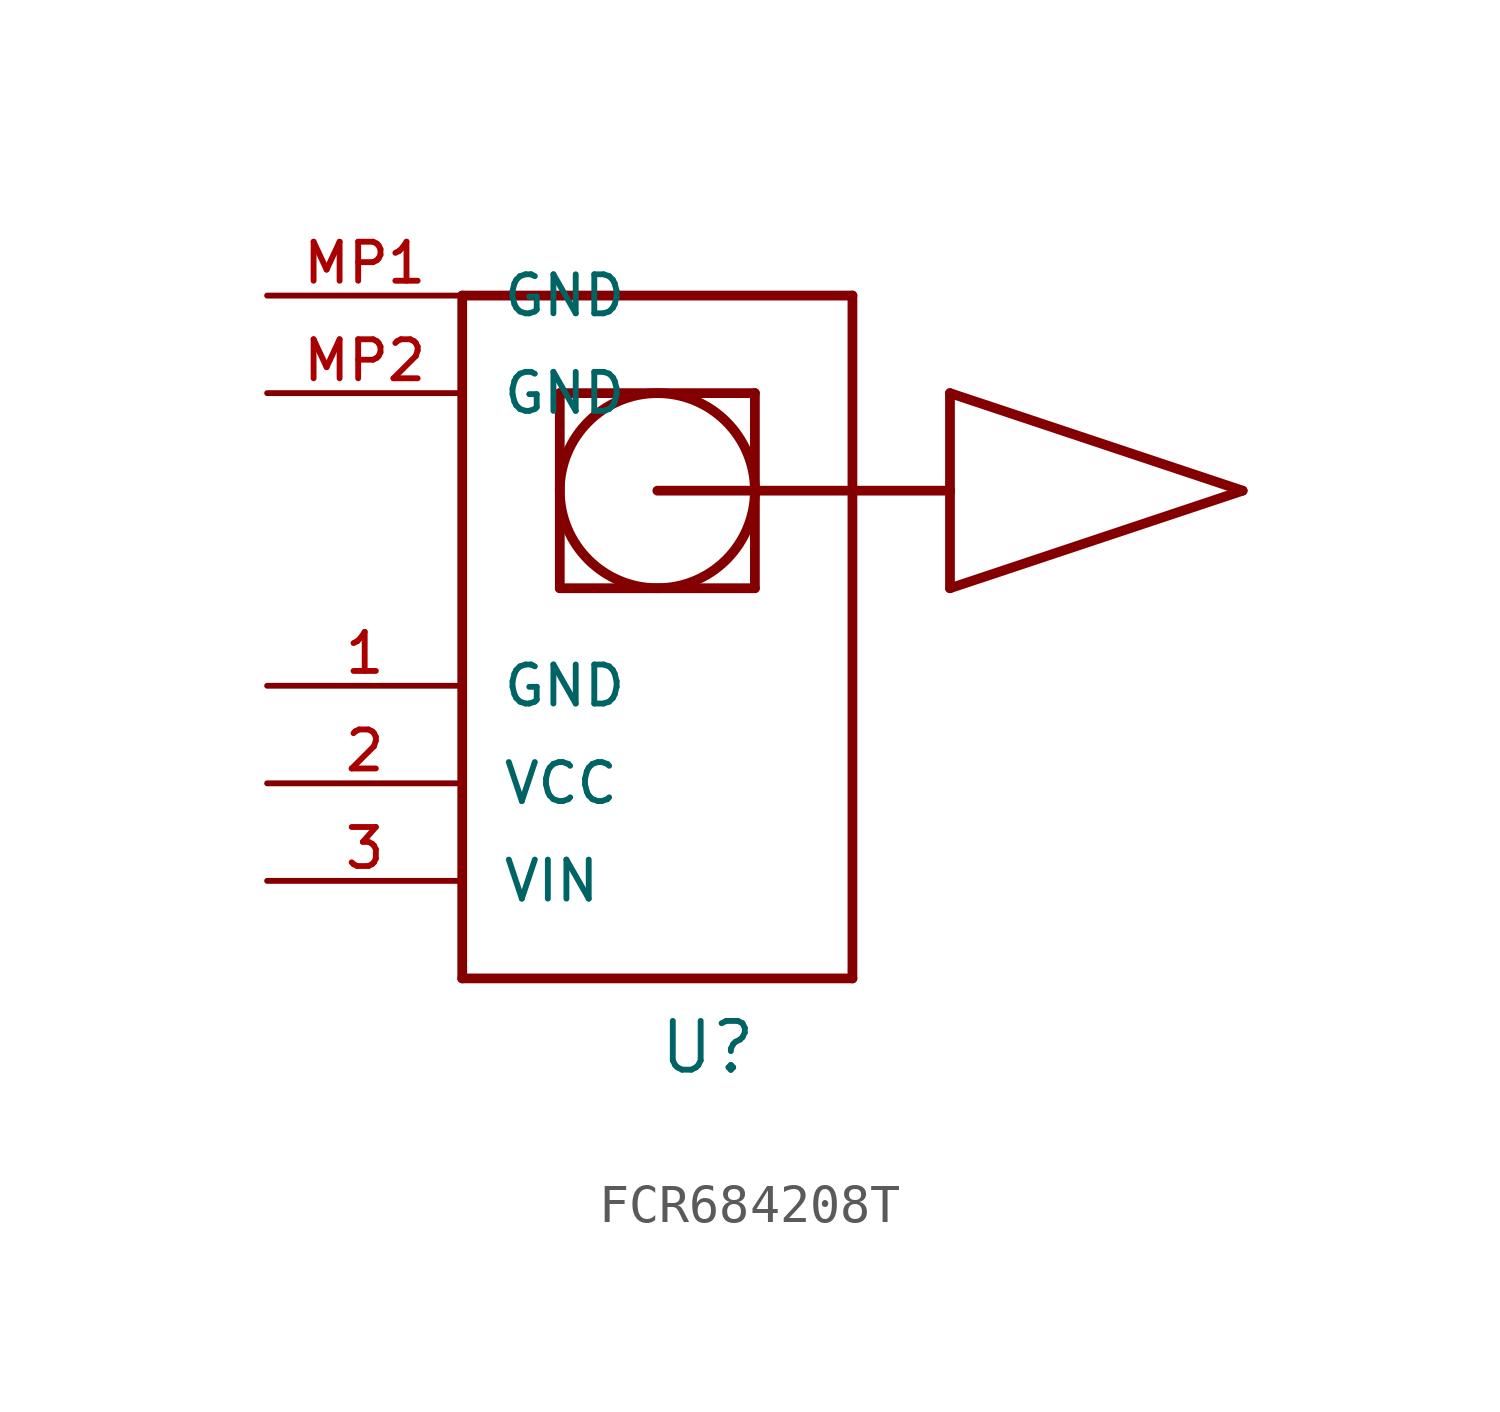
<source format=kicad_sym>
(kicad_symbol_lib
  (version 20211014)
  (generator kicad_symbol_editor)
  (symbol "FCR684208T"
    (pin_names
      (offset 1.016))
    (property "Reference" "U"
      (at 0 -15.24 0)
      (effects (font (size 1.27 1.27)) (justify left bottom)))
    (symbol "FCR684208T_0_0"
      (polyline (pts (xy -5.08 -12.7) (xy -5.08 5.08)) (stroke (width 0.254) (type default) (color 0 0 0 0)) (fill (type none)))
      (polyline (pts (xy -5.08 5.08) (xy 5.08 5.08)) (stroke (width 0.254) (type default) (color 0 0 0 0)) (fill (type none)))
      (polyline (pts (xy -2.54 -2.54) (xy -2.54 2.54)) (stroke (width 0.254) (type default) (color 0 0 0 0)) (fill (type none)))
      (polyline (pts (xy -2.54 2.54) (xy 2.54 2.54)) (stroke (width 0.254) (type default) (color 0 0 0 0)) (fill (type none)))
      (polyline (pts (xy 0 0) (xy 7.62 0)) (stroke (width 0.254) (type default) (color 0 0 0 0)) (fill (type none)))
      (polyline (pts (xy 2.54 -2.54) (xy -2.54 -2.54)) (stroke (width 0.254) (type default) (color 0 0 0 0)) (fill (type none)))
      (polyline (pts (xy 2.54 2.54) (xy 2.54 -2.54)) (stroke (width 0.254) (type default) (color 0 0 0 0)) (fill (type none)))
      (polyline (pts (xy 5.08 -12.7) (xy -5.08 -12.7)) (stroke (width 0.254) (type default) (color 0 0 0 0)) (fill (type none)))
      (polyline (pts (xy 5.08 5.08) (xy 5.08 -12.7)) (stroke (width 0.254) (type default) (color 0 0 0 0)) (fill (type none)))
      (polyline (pts (xy 7.62 -2.54) (xy 7.62 0)) (stroke (width 0.254) (type default) (color 0 0 0 0)) (fill (type none)))
      (polyline (pts (xy 7.62 0) (xy 7.62 2.54)) (stroke (width 0.254) (type default) (color 0 0 0 0)) (fill (type none)))
      (polyline (pts (xy 7.62 2.54) (xy 15.24 0)) (stroke (width 0.254) (type default) (color 0 0 0 0)) (fill (type none)))
      (polyline (pts (xy 15.24 0) (xy 7.62 -2.54)) (stroke (width 0.254) (type default) (color 0 0 0 0)) (fill (type none)))
      (circle (center 0 0) (radius 2.54) (stroke (width 0.254) (type default) (color 0 0 0 0)) (fill (type none)))
      (pin bidirectional line (at -10.16 -5.08 0) (length 5.08) (name "GND" (effects (font (size 1.016 1.016)))) (number "1" (effects (font (size 1.016 1.016)))))
      (pin bidirectional line (at -10.16 -7.62 0) (length 5.08) (name "VCC" (effects (font (size 1.016 1.016)))) (number "2" (effects (font (size 1.016 1.016)))))
      (pin bidirectional line (at -10.16 -10.16 0) (length 5.08) (name "VIN" (effects (font (size 1.016 1.016)))) (number "3" (effects (font (size 1.016 1.016)))))
      (pin bidirectional line (at -10.16 5.08 0) (length 5.08) (name "GND" (effects (font (size 1.016 1.016)))) (number "MP1" (effects (font (size 1.016 1.016)))))
      (pin bidirectional line (at -10.16 2.54 0) (length 5.08) (name "GND" (effects (font (size 1.016 1.016)))) (number "MP2" (effects (font (size 1.016 1.016))))))))
</source>
